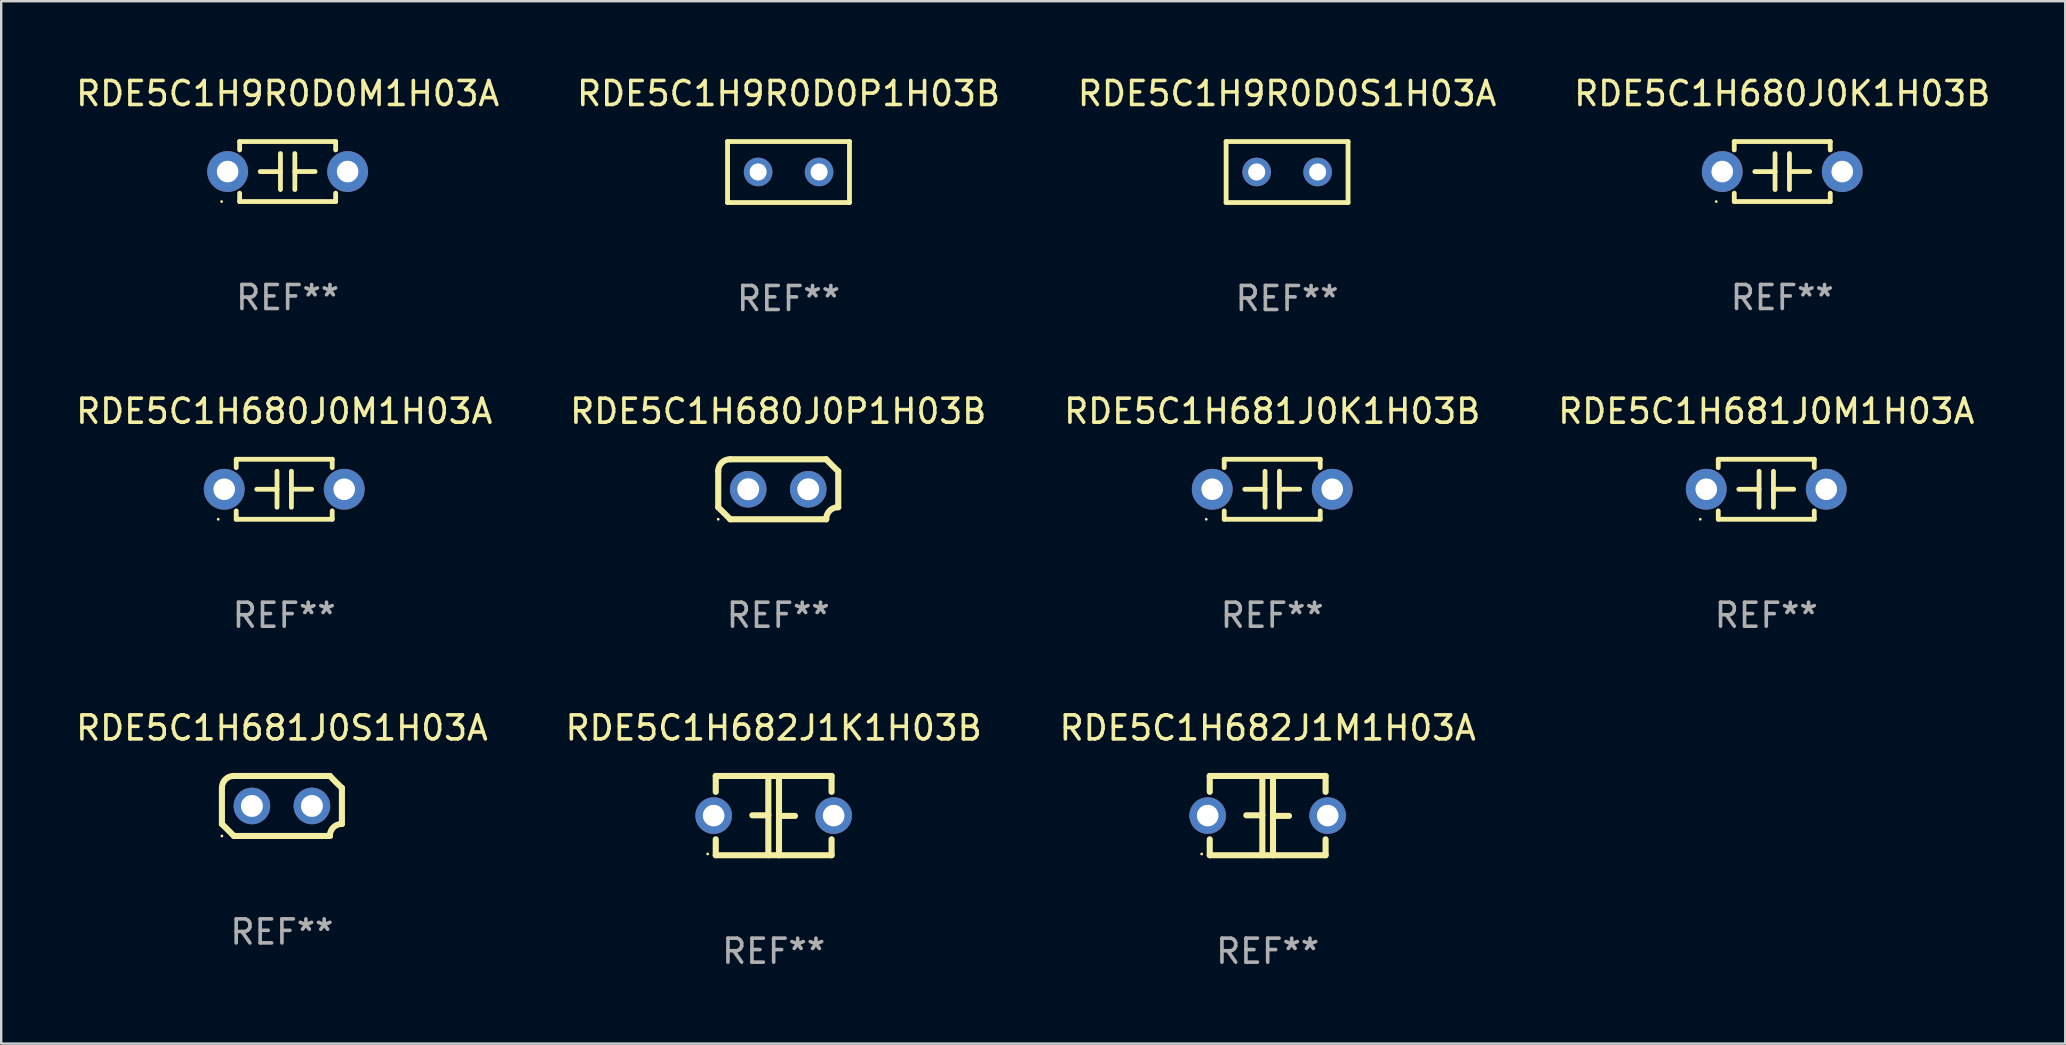
<source format=kicad_pcb>
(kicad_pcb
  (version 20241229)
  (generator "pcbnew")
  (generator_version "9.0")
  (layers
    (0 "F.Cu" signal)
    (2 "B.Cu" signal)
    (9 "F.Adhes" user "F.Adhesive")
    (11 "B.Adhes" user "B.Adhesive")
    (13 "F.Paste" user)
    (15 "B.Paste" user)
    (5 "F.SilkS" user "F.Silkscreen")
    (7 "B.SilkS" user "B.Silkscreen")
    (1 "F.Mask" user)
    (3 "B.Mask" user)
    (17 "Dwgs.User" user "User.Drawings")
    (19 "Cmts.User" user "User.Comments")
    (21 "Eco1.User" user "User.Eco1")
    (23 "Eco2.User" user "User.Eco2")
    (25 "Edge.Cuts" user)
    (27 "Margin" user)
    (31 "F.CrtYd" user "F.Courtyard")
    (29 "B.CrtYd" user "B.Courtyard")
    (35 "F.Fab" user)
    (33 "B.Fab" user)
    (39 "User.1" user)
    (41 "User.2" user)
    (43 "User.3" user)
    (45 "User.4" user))
  (footprint "RDE5C1H680J0P1H03B"
    (layer "F.Cu")
    (at 29.375 17.335)
    (property "Reference" "RDE5C1H680J0P1H03B" (at 0 -3.25 0) (layer "F.SilkS") (effects (font (size 1 1) (thickness 0.15))))
    (attr through_hole)
    (fp_line (start -2.5 -0.75) (end -2.5 0.75) (stroke (width 0.254) (type solid)) (layer "F.SilkS"))
    (fp_line (start -2 -1.25) (end 2 -1.25) (stroke (width 0.254) (type solid)) (layer "F.SilkS"))
    (fp_line (start 2 1.25) (end -2 1.25) (stroke (width 0.254) (type solid)) (layer "F.SilkS"))
    (fp_line (start 2.5 0.75) (end 2.5 -0.75) (stroke (width 0.254) (type solid)) (layer "F.SilkS"))
    (fp_arc (start -2.5 0.749962) (mid -2.249559 0.999558) (end -1.99929 1.249325) (stroke (width 0.254001) (type solid)) (layer "F.SilkS"))
    (fp_arc (start -2.499366 -0.749302) (mid -2.356411 -1.106098) (end -2 -1.250013) (stroke (width 0.254001) (type solid)) (layer "F.SilkS"))
    (fp_arc (start 2 1.250013) (mid 2.142747 0.89301) (end 2.499364 0.749302) (stroke (width 0.254001) (type solid)) (layer "F.SilkS"))
    (fp_arc (start 2.5 -0.749962) (mid 2.245609 -0.995598) (end 1.999289 -1.249327) (stroke (width 0.254001) (type solid)) (layer "F.SilkS"))
    (fp_circle (center -2.5 1.25) (end -2.47 1.25) (stroke (width 0.06) (type solid)) (fill no) (layer "F.SilkS"))
    (fp_text user "REF**" (at 0 5.25 0) (layer "F.Fab") (effects (font (size 1 1) (thickness 0.15))))
    (pad "1" thru_hole circle (at -1.25 0) (size 1.524 1.524) (drill 0.914) (layers "*.Cu" "*.Mask"))
    (pad "2" thru_hole circle (at 1.25 0) (size 1.524 1.524) (drill 0.914) (layers "*.Cu" "*.Mask")))
  (footprint "RDE5C1H681J0M1H03A"
    (layer "F.Cu")
    (at 70.542 17.335)
    (property "Reference" "RDE5C1H681J0M1H03A" (at 0 -3.25 0) (layer "F.SilkS") (effects (font (size 1 1) (thickness 0.15))))
    (attr through_hole)
    (fp_line (start -2 -1.25) (end -2 -0.901) (stroke (width 0.2) (type solid)) (layer "F.SilkS"))
    (fp_line (start -2 -1.25) (end 2 -1.25) (stroke (width 0.2) (type solid)) (layer "F.SilkS"))
    (fp_line (start -2 0.901) (end -2 1.25) (stroke (width 0.2) (type solid)) (layer "F.SilkS"))
    (fp_line (start -0.3 -0.75) (end -0.3 0.75) (stroke (width 0.2) (type solid)) (layer "F.SilkS"))
    (fp_line (start -0.3 0.001) (end -1.143 0.001) (stroke (width 0.2) (type solid)) (layer "F.SilkS"))
    (fp_line (start 0.3 -0.001) (end 1.143 -0.001) (stroke (width 0.2) (type solid)) (layer "F.SilkS"))
    (fp_line (start 0.3 0.75) (end 0.3 -0.75) (stroke (width 0.2) (type solid)) (layer "F.SilkS"))
    (fp_line (start 2 -1.25) (end 2 -0.901) (stroke (width 0.2) (type solid)) (layer "F.SilkS"))
    (fp_line (start 2 0.901) (end 2 1.25) (stroke (width 0.2) (type solid)) (layer "F.SilkS"))
    (fp_line (start 2 1.25) (end -2 1.25) (stroke (width 0.2) (type solid)) (layer "F.SilkS"))
    (fp_circle (center -2.75 1.25) (end -2.72 1.25) (stroke (width 0.06) (type solid)) (fill no) (layer "F.SilkS"))
    (fp_text user "REF**" (at 0 5.25 0) (layer "F.Fab") (effects (font (size 1 1) (thickness 0.15))))
    (pad "1" thru_hole circle (at -2.5 0) (size 1.7 1.7) (drill 0.9) (layers "*.Cu" "*.Mask"))
    (pad "2" thru_hole circle (at 2.5 0) (size 1.7 1.7) (drill 0.9) (layers "*.Cu" "*.Mask")))
  (footprint "RDE5C1H680J0M1H03A"
    (layer "F.Cu")
    (at 8.792 17.335)
    (property "Reference" "RDE5C1H680J0M1H03A" (at 0 -3.25 0) (layer "F.SilkS") (effects (font (size 1 1) (thickness 0.15))))
    (attr through_hole)
    (fp_line (start -2 -1.25) (end -2 -0.901) (stroke (width 0.2) (type solid)) (layer "F.SilkS"))
    (fp_line (start -2 -1.25) (end 2 -1.25) (stroke (width 0.2) (type solid)) (layer "F.SilkS"))
    (fp_line (start -2 0.901) (end -2 1.25) (stroke (width 0.2) (type solid)) (layer "F.SilkS"))
    (fp_line (start -0.3 -0.75) (end -0.3 0.75) (stroke (width 0.2) (type solid)) (layer "F.SilkS"))
    (fp_line (start -0.3 0.001) (end -1.143 0.001) (stroke (width 0.2) (type solid)) (layer "F.SilkS"))
    (fp_line (start 0.3 -0.001) (end 1.143 -0.001) (stroke (width 0.2) (type solid)) (layer "F.SilkS"))
    (fp_line (start 0.3 0.75) (end 0.3 -0.75) (stroke (width 0.2) (type solid)) (layer "F.SilkS"))
    (fp_line (start 2 -1.25) (end 2 -0.901) (stroke (width 0.2) (type solid)) (layer "F.SilkS"))
    (fp_line (start 2 0.901) (end 2 1.25) (stroke (width 0.2) (type solid)) (layer "F.SilkS"))
    (fp_line (start 2 1.25) (end -2 1.25) (stroke (width 0.2) (type solid)) (layer "F.SilkS"))
    (fp_circle (center -2.75 1.25) (end -2.72 1.25) (stroke (width 0.06) (type solid)) (fill no) (layer "F.SilkS"))
    (fp_text user "REF**" (at 0 5.25 0) (layer "F.Fab") (effects (font (size 1 1) (thickness 0.15))))
    (pad "1" thru_hole circle (at -2.5 0) (size 1.7 1.7) (drill 0.9) (layers "*.Cu" "*.Mask"))
    (pad "2" thru_hole circle (at 2.5 0) (size 1.7 1.7) (drill 0.9) (layers "*.Cu" "*.Mask")))
  (footprint "RDE5C1H682J1M1H03A"
    (layer "F.Cu")
    (at 49.768 30.932)
    (property "Reference" "RDE5C1H682J1M1H03A" (at 0 -3.651 0) (layer "F.SilkS") (effects (font (size 1 1) (thickness 0.15))))
    (attr through_hole)
    (fp_line (start -2.413 -1.651) (end 2.413 -1.651) (stroke (width 0.254) (type solid)) (layer "F.SilkS"))
    (fp_line (start -2.413 -0.989) (end -2.413 -1.651) (stroke (width 0.254) (type solid)) (layer "F.SilkS"))
    (fp_line (start -2.413 1.651) (end -2.413 0.989) (stroke (width 0.254) (type solid)) (layer "F.SilkS"))
    (fp_line (start -0.222 -0.013) (end -0.889 -0.013) (stroke (width 0.254) (type solid)) (layer "F.SilkS"))
    (fp_line (start -0.222 1.651) (end -0.222 -1.651) (stroke (width 0.254) (type solid)) (layer "F.SilkS"))
    (fp_line (start 0.222 -1.651) (end 0.222 1.651) (stroke (width 0.254) (type solid)) (layer "F.SilkS"))
    (fp_line (start 0.222 0.013) (end 0.889 0.013) (stroke (width 0.254) (type solid)) (layer "F.SilkS"))
    (fp_line (start 2.413 -1.651) (end 2.413 -0.989) (stroke (width 0.254) (type solid)) (layer "F.SilkS"))
    (fp_line (start 2.413 0.989) (end 2.413 1.651) (stroke (width 0.254) (type solid)) (layer "F.SilkS"))
    (fp_line (start 2.413 1.651) (end -2.413 1.651) (stroke (width 0.254) (type solid)) (layer "F.SilkS"))
    (fp_circle (center -2.75 1.6) (end -2.72 1.6) (stroke (width 0.06) (type solid)) (fill no) (layer "F.SilkS"))
    (fp_text user "REF**" (at 0 5.651 0) (layer "F.Fab") (effects (font (size 1 1) (thickness 0.15))))
    (pad "1" thru_hole circle (at -2.5 0) (size 1.524 1.524) (drill 0.9) (layers "*.Cu" "*.Mask"))
    (pad "2" thru_hole circle (at 2.5 0) (size 1.524 1.524) (drill 0.9) (layers "*.Cu" "*.Mask")))
  (footprint "RDE5C1H9R0D0M1H03A"
    (layer "F.Cu")
    (at 8.935 4.098)
    (property "Reference" "RDE5C1H9R0D0M1H03A" (at 0 -3.25 0) (layer "F.SilkS") (effects (font (size 1 1) (thickness 0.15))))
    (attr through_hole)
    (fp_line (start -2 -1.25) (end -2 -0.901) (stroke (width 0.2) (type solid)) (layer "F.SilkS"))
    (fp_line (start -2 -1.25) (end 2 -1.25) (stroke (width 0.2) (type solid)) (layer "F.SilkS"))
    (fp_line (start -2 0.901) (end -2 1.25) (stroke (width 0.2) (type solid)) (layer "F.SilkS"))
    (fp_line (start -0.3 -0.75) (end -0.3 0.75) (stroke (width 0.2) (type solid)) (layer "F.SilkS"))
    (fp_line (start -0.3 0.001) (end -1.143 0.001) (stroke (width 0.2) (type solid)) (layer "F.SilkS"))
    (fp_line (start 0.3 -0.001) (end 1.143 -0.001) (stroke (width 0.2) (type solid)) (layer "F.SilkS"))
    (fp_line (start 0.3 0.75) (end 0.3 -0.75) (stroke (width 0.2) (type solid)) (layer "F.SilkS"))
    (fp_line (start 2 -1.25) (end 2 -0.901) (stroke (width 0.2) (type solid)) (layer "F.SilkS"))
    (fp_line (start 2 0.901) (end 2 1.25) (stroke (width 0.2) (type solid)) (layer "F.SilkS"))
    (fp_line (start 2 1.25) (end -2 1.25) (stroke (width 0.2) (type solid)) (layer "F.SilkS"))
    (fp_circle (center -2.75 1.25) (end -2.72 1.25) (stroke (width 0.06) (type solid)) (fill no) (layer "F.SilkS"))
    (fp_text user "REF**" (at 0 5.25 0) (layer "F.Fab") (effects (font (size 1 1) (thickness 0.15))))
    (pad "1" thru_hole circle (at -2.5 0) (size 1.7 1.7) (drill 0.9) (layers "*.Cu" "*.Mask"))
    (pad "2" thru_hole circle (at 2.5 0) (size 1.7 1.7) (drill 0.9) (layers "*.Cu" "*.Mask")))
  (footprint "RDE5C1H682J1K1H03B"
    (layer "F.Cu")
    (at 29.185 30.932)
    (property "Reference" "RDE5C1H682J1K1H03B" (at 0 -3.651 0) (layer "F.SilkS") (effects (font (size 1 1) (thickness 0.15))))
    (attr through_hole)
    (fp_line (start -2.413 -1.651) (end 2.413 -1.651) (stroke (width 0.254) (type solid)) (layer "F.SilkS"))
    (fp_line (start -2.413 -0.989) (end -2.413 -1.651) (stroke (width 0.254) (type solid)) (layer "F.SilkS"))
    (fp_line (start -2.413 1.651) (end -2.413 0.989) (stroke (width 0.254) (type solid)) (layer "F.SilkS"))
    (fp_line (start -0.222 -0.013) (end -0.889 -0.013) (stroke (width 0.254) (type solid)) (layer "F.SilkS"))
    (fp_line (start -0.222 1.651) (end -0.222 -1.651) (stroke (width 0.254) (type solid)) (layer "F.SilkS"))
    (fp_line (start 0.222 -1.651) (end 0.222 1.651) (stroke (width 0.254) (type solid)) (layer "F.SilkS"))
    (fp_line (start 0.222 0.013) (end 0.889 0.013) (stroke (width 0.254) (type solid)) (layer "F.SilkS"))
    (fp_line (start 2.413 -1.651) (end 2.413 -0.989) (stroke (width 0.254) (type solid)) (layer "F.SilkS"))
    (fp_line (start 2.413 0.989) (end 2.413 1.651) (stroke (width 0.254) (type solid)) (layer "F.SilkS"))
    (fp_line (start 2.413 1.651) (end -2.413 1.651) (stroke (width 0.254) (type solid)) (layer "F.SilkS"))
    (fp_circle (center -2.75 1.6) (end -2.72 1.6) (stroke (width 0.06) (type solid)) (fill no) (layer "F.SilkS"))
    (fp_text user "REF**" (at 0 5.651 0) (layer "F.Fab") (effects (font (size 1 1) (thickness 0.15))))
    (pad "1" thru_hole circle (at -2.5 0) (size 1.524 1.524) (drill 0.9) (layers "*.Cu" "*.Mask"))
    (pad "2" thru_hole circle (at 2.5 0) (size 1.524 1.524) (drill 0.9) (layers "*.Cu" "*.Mask")))
  (footprint "RDE5C1H680J0K1H03B"
    (layer "F.Cu")
    (at 71.208 4.098)
    (property "Reference" "RDE5C1H680J0K1H03B" (at 0 -3.25 0) (layer "F.SilkS") (effects (font (size 1 1) (thickness 0.15))))
    (attr through_hole)
    (fp_line (start -2 -1.25) (end -2 -0.901) (stroke (width 0.2) (type solid)) (layer "F.SilkS"))
    (fp_line (start -2 -1.25) (end 2 -1.25) (stroke (width 0.2) (type solid)) (layer "F.SilkS"))
    (fp_line (start -2 0.901) (end -2 1.25) (stroke (width 0.2) (type solid)) (layer "F.SilkS"))
    (fp_line (start -0.3 -0.75) (end -0.3 0.75) (stroke (width 0.2) (type solid)) (layer "F.SilkS"))
    (fp_line (start -0.3 0.001) (end -1.143 0.001) (stroke (width 0.2) (type solid)) (layer "F.SilkS"))
    (fp_line (start 0.3 -0.001) (end 1.143 -0.001) (stroke (width 0.2) (type solid)) (layer "F.SilkS"))
    (fp_line (start 0.3 0.75) (end 0.3 -0.75) (stroke (width 0.2) (type solid)) (layer "F.SilkS"))
    (fp_line (start 2 -1.25) (end 2 -0.901) (stroke (width 0.2) (type solid)) (layer "F.SilkS"))
    (fp_line (start 2 0.901) (end 2 1.25) (stroke (width 0.2) (type solid)) (layer "F.SilkS"))
    (fp_line (start 2 1.25) (end -2 1.25) (stroke (width 0.2) (type solid)) (layer "F.SilkS"))
    (fp_circle (center -2.75 1.25) (end -2.72 1.25) (stroke (width 0.06) (type solid)) (fill no) (layer "F.SilkS"))
    (fp_text user "REF**" (at 0 5.25 0) (layer "F.Fab") (effects (font (size 1 1) (thickness 0.15))))
    (pad "1" thru_hole circle (at -2.5 0) (size 1.7 1.7) (drill 0.9) (layers "*.Cu" "*.Mask"))
    (pad "2" thru_hole circle (at 2.5 0) (size 1.7 1.7) (drill 0.9) (layers "*.Cu" "*.Mask")))
  (footprint "RDE5C1H9R0D0P1H03B"
    (layer "F.Cu")
    (at 29.804 4.118)
    (property "Reference" "RDE5C1H9R0D0P1H03B" (at 0 -3.27 0) (layer "F.SilkS") (effects (font (size 1 1) (thickness 0.15))))
    (attr through_hole)
    (fp_line (start -2.54 -1.27) (end -2.54 1.27) (stroke (width 0.201) (type solid)) (layer "F.SilkS"))
    (fp_line (start -2.54 1.27) (end 2.54 1.27) (stroke (width 0.201) (type solid)) (layer "F.SilkS"))
    (fp_line (start 2.54 -1.27) (end -2.54 -1.27) (stroke (width 0.201) (type solid)) (layer "F.SilkS"))
    (fp_line (start 2.54 1.27) (end 2.54 -1.27) (stroke (width 0.201) (type solid)) (layer "F.SilkS"))
    (fp_circle (center -2.497 1.247) (end -2.467 1.247) (stroke (width 0.06) (type solid)) (fill no) (layer "F.SilkS"))
    (fp_text user "REF**" (at 0 5.27 0) (layer "F.Fab") (effects (font (size 1 1) (thickness 0.15))))
    (pad "1" thru_hole circle (at -1.267 -0.003) (size 1.194 1.194) (drill 0.711) (layers "*.Cu" "*.Mask"))
    (pad "2" thru_hole circle (at 1.273 -0.003) (size 1.194 1.194) (drill 0.711) (layers "*.Cu" "*.Mask")))
  (footprint "RDE5C1H681J0K1H03B"
    (layer "F.Cu")
    (at 49.958 17.335)
    (property "Reference" "RDE5C1H681J0K1H03B" (at 0 -3.25 0) (layer "F.SilkS") (effects (font (size 1 1) (thickness 0.15))))
    (attr through_hole)
    (fp_line (start -2 -1.25) (end -2 -0.901) (stroke (width 0.2) (type solid)) (layer "F.SilkS"))
    (fp_line (start -2 -1.25) (end 2 -1.25) (stroke (width 0.2) (type solid)) (layer "F.SilkS"))
    (fp_line (start -2 0.901) (end -2 1.25) (stroke (width 0.2) (type solid)) (layer "F.SilkS"))
    (fp_line (start -0.3 -0.75) (end -0.3 0.75) (stroke (width 0.2) (type solid)) (layer "F.SilkS"))
    (fp_line (start -0.3 0.001) (end -1.143 0.001) (stroke (width 0.2) (type solid)) (layer "F.SilkS"))
    (fp_line (start 0.3 -0.001) (end 1.143 -0.001) (stroke (width 0.2) (type solid)) (layer "F.SilkS"))
    (fp_line (start 0.3 0.75) (end 0.3 -0.75) (stroke (width 0.2) (type solid)) (layer "F.SilkS"))
    (fp_line (start 2 -1.25) (end 2 -0.901) (stroke (width 0.2) (type solid)) (layer "F.SilkS"))
    (fp_line (start 2 0.901) (end 2 1.25) (stroke (width 0.2) (type solid)) (layer "F.SilkS"))
    (fp_line (start 2 1.25) (end -2 1.25) (stroke (width 0.2) (type solid)) (layer "F.SilkS"))
    (fp_circle (center -2.75 1.25) (end -2.72 1.25) (stroke (width 0.06) (type solid)) (fill no) (layer "F.SilkS"))
    (fp_text user "REF**" (at 0 5.25 0) (layer "F.Fab") (effects (font (size 1 1) (thickness 0.15))))
    (pad "1" thru_hole circle (at -2.5 0) (size 1.7 1.7) (drill 0.9) (layers "*.Cu" "*.Mask"))
    (pad "2" thru_hole circle (at 2.5 0) (size 1.7 1.7) (drill 0.9) (layers "*.Cu" "*.Mask")))
  (footprint "RDE5C1H681J0S1H03A"
    (layer "F.Cu")
    (at 8.696 30.531)
    (property "Reference" "RDE5C1H681J0S1H03A" (at 0 -3.25 0) (layer "F.SilkS") (effects (font (size 1 1) (thickness 0.15))))
    (attr through_hole)
    (fp_line (start -2.5 -0.75) (end -2.5 0.75) (stroke (width 0.254) (type solid)) (layer "F.SilkS"))
    (fp_line (start -2 -1.25) (end 2 -1.25) (stroke (width 0.254) (type solid)) (layer "F.SilkS"))
    (fp_line (start 2 1.25) (end -2 1.25) (stroke (width 0.254) (type solid)) (layer "F.SilkS"))
    (fp_line (start 2.5 0.75) (end 2.5 -0.75) (stroke (width 0.254) (type solid)) (layer "F.SilkS"))
    (fp_arc (start -2.5 0.749962) (mid -2.249559 0.999558) (end -1.99929 1.249325) (stroke (width 0.254001) (type solid)) (layer "F.SilkS"))
    (fp_arc (start -2.499366 -0.749302) (mid -2.356411 -1.106098) (end -2 -1.250013) (stroke (width 0.254001) (type solid)) (layer "F.SilkS"))
    (fp_arc (start 2 1.250013) (mid 2.142747 0.89301) (end 2.499364 0.749302) (stroke (width 0.254001) (type solid)) (layer "F.SilkS"))
    (fp_arc (start 2.5 -0.749962) (mid 2.245609 -0.995598) (end 1.999289 -1.249327) (stroke (width 0.254001) (type solid)) (layer "F.SilkS"))
    (fp_circle (center -2.5 1.25) (end -2.47 1.25) (stroke (width 0.06) (type solid)) (fill no) (layer "F.SilkS"))
    (fp_text user "REF**" (at 0 5.25 0) (layer "F.Fab") (effects (font (size 1 1) (thickness 0.15))))
    (pad "1" thru_hole circle (at -1.25 0) (size 1.524 1.524) (drill 0.914) (layers "*.Cu" "*.Mask"))
    (pad "2" thru_hole circle (at 1.25 0) (size 1.524 1.524) (drill 0.914) (layers "*.Cu" "*.Mask")))
  (footprint "RDE5C1H9R0D0S1H03A"
    (layer "F.Cu")
    (at 50.577 4.118)
    (property "Reference" "RDE5C1H9R0D0S1H03A" (at 0 -3.27 0) (layer "F.SilkS") (effects (font (size 1 1) (thickness 0.15))))
    (attr through_hole)
    (fp_line (start -2.54 -1.27) (end -2.54 1.27) (stroke (width 0.201) (type solid)) (layer "F.SilkS"))
    (fp_line (start -2.54 1.27) (end 2.54 1.27) (stroke (width 0.201) (type solid)) (layer "F.SilkS"))
    (fp_line (start 2.54 -1.27) (end -2.54 -1.27) (stroke (width 0.201) (type solid)) (layer "F.SilkS"))
    (fp_line (start 2.54 1.27) (end 2.54 -1.27) (stroke (width 0.201) (type solid)) (layer "F.SilkS"))
    (fp_circle (center -2.497 1.247) (end -2.467 1.247) (stroke (width 0.06) (type solid)) (fill no) (layer "F.SilkS"))
    (fp_text user "REF**" (at 0 5.27 0) (layer "F.Fab") (effects (font (size 1 1) (thickness 0.15))))
    (pad "1" thru_hole circle (at -1.267 -0.003) (size 1.194 1.194) (drill 0.711) (layers "*.Cu" "*.Mask"))
    (pad "2" thru_hole circle (at 1.273 -0.003) (size 1.194 1.194) (drill 0.711) (layers "*.Cu" "*.Mask")))
  (gr_rect
    (start -3 -3)
    (end 83 40.432)
    (stroke (width 0.1) (type default))
    (fill no)
    (layer "Edge.Cuts")))
</source>
